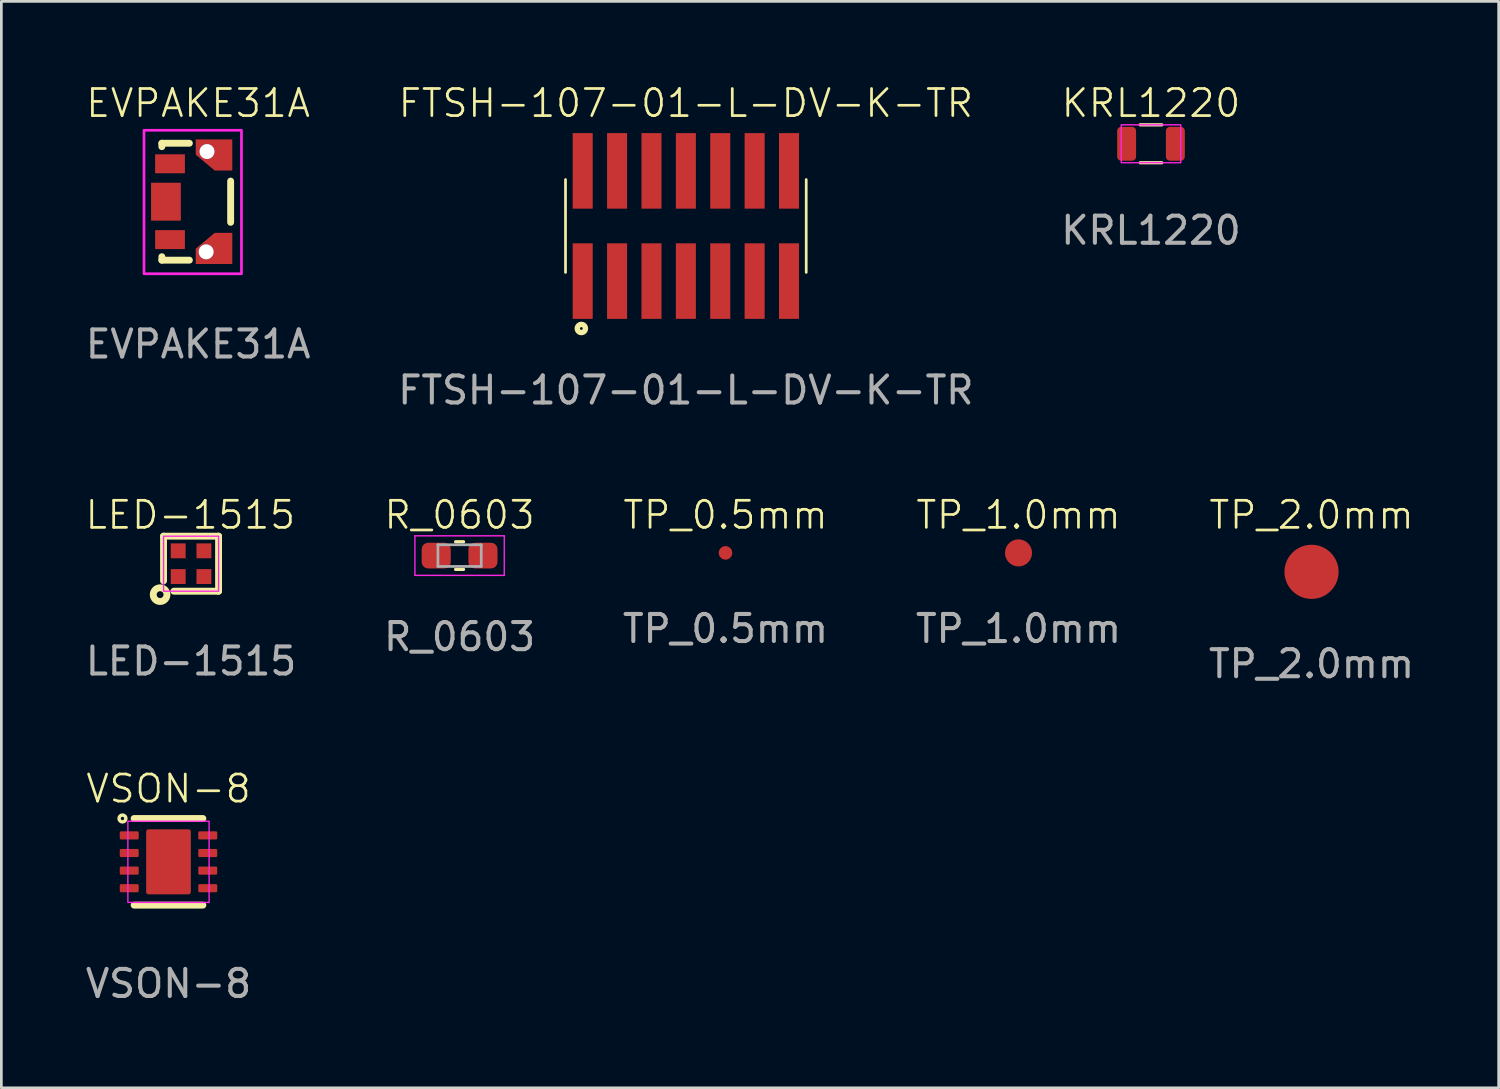
<source format=kicad_pcb>
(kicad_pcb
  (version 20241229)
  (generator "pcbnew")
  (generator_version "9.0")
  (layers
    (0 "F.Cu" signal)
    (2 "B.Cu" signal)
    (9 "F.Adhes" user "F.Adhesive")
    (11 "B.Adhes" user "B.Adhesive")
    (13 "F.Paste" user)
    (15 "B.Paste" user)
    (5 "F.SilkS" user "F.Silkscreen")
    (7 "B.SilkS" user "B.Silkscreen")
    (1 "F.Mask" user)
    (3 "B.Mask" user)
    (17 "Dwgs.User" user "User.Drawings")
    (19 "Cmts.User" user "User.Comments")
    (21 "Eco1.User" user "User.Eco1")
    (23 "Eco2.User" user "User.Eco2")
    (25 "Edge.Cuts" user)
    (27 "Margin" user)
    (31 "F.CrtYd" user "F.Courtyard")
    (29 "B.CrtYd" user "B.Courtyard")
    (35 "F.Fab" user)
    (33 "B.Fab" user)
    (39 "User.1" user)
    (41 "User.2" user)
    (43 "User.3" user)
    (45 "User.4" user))
  (footprint "EVPAKE31A"
    (layer "F.Cu")
    (at 4.268 4.361)
    (property "Reference" "EVPAKE31A" (at 0 -3.6 0) (unlocked yes) (layer "F.SilkS") (effects (font (size 1 1) (thickness 0.1))))
    (attr smd)
    (fp_line (start -1.34 2.07) (end -1.34 2.197) (stroke (width 0.254) (type solid)) (layer "F.SilkS"))
    (fp_line (start -1.34 -2.121) (end -1.34 -1.994) (stroke (width 0.254) (type solid)) (layer "F.SilkS"))
    (fp_line (start -0.324 2.197) (end -1.34 2.197) (stroke (width 0.254) (type solid)) (layer "F.SilkS"))
    (fp_line (start -0.324 -2.121) (end -1.34 -2.121) (stroke (width 0.254) (type solid)) (layer "F.SilkS"))
    (fp_line (start 1.2 -0.724) (end 1.2 0.8) (stroke (width 0.254) (type solid)) (layer "F.SilkS"))
    (fp_rect (start -2 -2.6) (end 1.6 2.7) (stroke (width 0.1) (type solid)) (fill no) (layer "F.CrtYd"))
    (fp_text user "${REFERENCE}" (at 0 5.3 0) (unlocked yes) (layer "F.Fab") (effects (font (size 1 1) (thickness 0.15))))
    (pad "1" smd rect (at -1.039 -1.362) (size 1.1 0.7) (layers "F.Cu" "F.Mask" "F.Paste"))
    (pad "2" smd rect (at -1.039 1.438) (size 1.1 0.7) (layers "F.Cu" "F.Mask" "F.Paste"))
    (pad "NC" smd rect (at -1.189 0.038) (size 1.1 1.4) (layers "F.Cu" "F.Mask" "F.Paste"))
    (pad "NC" thru_hole circle (at 0.295 1.89 180) (size 0.55 0.55) (drill 0.55) (layers "*.Cu" "*.Mask"))
    (pad "NC" smd circle (at 0.311 1.888) (size 0.025 0.025) (layers "F.Cu" "F.Mask" "F.Paste"))
    (pad "NC" smd circle (at 0.311 -1.812) (size 0.025 0.025) (layers "F.Cu" "F.Mask" "F.Paste"))
    (pad "NC" thru_hole circle (at 0.327 -1.814) (size 0.55 0.55) (drill 0.55) (layers "*.Cu" "*.Mask"))
    (pad "NC" smd custom (at 0.611 1.188 225) (size 0.000001 0.000001) (layers "F.Cu" "F.Mask" "F.Paste") (options (anchor circle)) (primitives (gr_poly (pts (xy 0 0) (xy 0.909 0.081) (xy 1.308 -0.318) (xy 0.354 -1.273) (xy -0.46 -0.46)) (width 0) (fill yes))))
    (pad "NC" smd custom (at 0.611 -1.112 225) (size 0.000001 0.000001) (layers "F.Cu" "F.Mask" "F.Paste") (options (anchor circle)) (primitives (gr_poly (pts (xy 0 0) (xy 0.081 0.909) (xy -0.318 1.308) (xy -1.273 0.354) (xy -0.46 -0.46)) (width 0) (fill yes)))))
  (footprint "TP_0.5mm"
    (layer "F.Cu")
    (at 23.744 17.369)
    (property "Reference" "TP_0.5mm" (at 0 -1.4 0) (unlocked yes) (layer "F.SilkS") (effects (font (size 1 1) (thickness 0.1))))
    (attr smd)
    (fp_text user "${REFERENCE}" (at 0 2.8 0) (unlocked yes) (layer "F.Fab") (effects (font (size 1 1) (thickness 0.15))))
    (pad "1" smd circle (at 0 0) (size 0.5 0.5) (layers "F.Cu" "F.Mask" "F.Paste")))
  (footprint "KRL1220"
    (layer "F.Cu")
    (at 39.458 2.26)
    (property "Reference" "KRL1220" (at 0 -1.5 0) (unlocked yes) (layer "F.SilkS") (effects (font (size 1 1) (thickness 0.1))))
    (attr smd)
    (fp_line (start -0.4 -0.7) (end 0.4 -0.7) (stroke (width 0.12) (type solid)) (layer "F.SilkS"))
    (fp_line (start -0.4 0.7) (end 0.4 0.7) (stroke (width 0.12) (type solid)) (layer "F.SilkS"))
    (fp_rect (start -1.1 -0.7) (end 1.1 0.7) (stroke (width 0.05) (type default)) (fill no) (layer "F.CrtYd"))
    (fp_text user "${REFERENCE}" (at 0 3.2 0) (unlocked yes) (layer "F.Fab") (effects (font (size 1 1) (thickness 0.15))))
    (pad "1" smd roundrect (at -0.9 0) (size 0.7 1.25) (layers "F.Cu" "F.Mask" "F.Paste") (roundrect_rratio 0.213))
    (pad "2" smd roundrect (at 0.9 0) (size 0.7 1.25) (layers "F.Cu" "F.Mask" "F.Paste") (roundrect_rratio 0.213)))
  (footprint "R_0603"
    (layer "F.Cu")
    (at 13.923 17.469)
    (property "Reference" "R_0603" (at 0 -1.5 0) (unlocked yes) (layer "F.SilkS") (effects (font (size 1 1) (thickness 0.1))))
    (attr smd)
    (fp_line (start -0.146 -0.51) (end 0.146 -0.51) (stroke (width 0.12) (type solid)) (layer "F.SilkS"))
    (fp_line (start -0.146 0.51) (end 0.146 0.51) (stroke (width 0.12) (type solid)) (layer "F.SilkS"))
    (fp_line (start -1.65 -0.73) (end 1.65 -0.73) (stroke (width 0.05) (type solid)) (layer "F.CrtYd"))
    (fp_line (start -1.65 0.73) (end -1.65 -0.73) (stroke (width 0.05) (type solid)) (layer "F.CrtYd"))
    (fp_line (start 1.65 -0.73) (end 1.65 0.73) (stroke (width 0.05) (type solid)) (layer "F.CrtYd"))
    (fp_line (start 1.65 0.73) (end -1.65 0.73) (stroke (width 0.05) (type solid)) (layer "F.CrtYd"))
    (fp_line (start -0.8 -0.4) (end 0.8 -0.4) (stroke (width 0.1) (type solid)) (layer "F.Fab"))
    (fp_line (start -0.8 0.4) (end -0.8 -0.4) (stroke (width 0.1) (type solid)) (layer "F.Fab"))
    (fp_line (start 0.8 -0.4) (end 0.8 0.4) (stroke (width 0.1) (type solid)) (layer "F.Fab"))
    (fp_line (start 0.8 0.4) (end -0.8 0.4) (stroke (width 0.1) (type solid)) (layer "F.Fab"))
    (fp_text user "${REFERENCE}" (at 0 3 0) (unlocked yes) (layer "F.Fab") (effects (font (size 1 1) (thickness 0.15))))
    (pad "1" smd roundrect (at -0.863 0) (size 1.075 0.95) (layers "F.Cu" "F.Mask" "F.Paste") (roundrect_rratio 0.25))
    (pad "2" smd roundrect (at 0.863 0) (size 1.075 0.95) (layers "F.Cu" "F.Mask" "F.Paste") (roundrect_rratio 0.25)))
  (footprint "TP_1.0mm"
    (layer "F.Cu")
    (at 34.565 17.369)
    (property "Reference" "TP_1.0mm" (at 0 -1.4 0) (unlocked yes) (layer "F.SilkS") (effects (font (size 1 1) (thickness 0.1))))
    (attr smd)
    (fp_text user "${REFERENCE}" (at 0 2.8 0) (unlocked yes) (layer "F.Fab") (effects (font (size 1 1) (thickness 0.15))))
    (pad "1" smd circle (at 0 0) (size 1 1) (layers "F.Cu" "F.Mask" "F.Paste")))
  (footprint "TP_2.0mm"
    (layer "F.Cu")
    (at 45.387 18.069)
    (property "Reference" "TP_2.0mm" (at 0 -2.1 0) (unlocked yes) (layer "F.SilkS") (effects (font (size 1 1) (thickness 0.1))))
    (attr smd)
    (fp_text user "${REFERENCE}" (at 0 3.4 0) (unlocked yes) (layer "F.Fab") (effects (font (size 1 1) (thickness 0.15))))
    (pad "1" smd circle (at 0 0) (size 2 2) (layers "F.Cu" "F.Mask" "F.Paste")))
  (footprint "VSON-8"
    (layer "F.Cu")
    (at 3.173 28.778)
    (property "Reference" "VSON-8" (at 0 -2.7 0) (unlocked yes) (layer "F.SilkS") (effects (font (size 1 1) (thickness 0.1))))
    (attr smd)
    (fp_line (start 1.27 -1.6) (end -1.27 -1.6) (stroke (width 0.254) (type solid)) (layer "F.SilkS"))
    (fp_line (start 1.27 1.6) (end -1.27 1.6) (stroke (width 0.254) (type solid)) (layer "F.SilkS"))
    (fp_circle (center -1.7 -1.6) (end -1.637 -1.6) (stroke (width 0.127) (type solid)) (fill no) (layer "F.SilkS"))
    (fp_rect (start -1.5 -1.5) (end 1.5 1.5) (stroke (width 0.05) (type solid)) (fill no) (layer "F.CrtYd"))
    (fp_text user "${REFERENCE}" (at 0 4.5 0) (unlocked yes) (layer "F.Fab") (effects (font (size 1 1) (thickness 0.15))))
    (pad "1" smd roundrect (at -1.45 -0.975) (size 0.7 0.3) (layers "F.Cu" "F.Mask" "F.Paste") (roundrect_rratio 0.15))
    (pad "2" smd roundrect (at -1.45 -0.325) (size 0.7 0.3) (layers "F.Cu" "F.Mask" "F.Paste") (roundrect_rratio 0.15))
    (pad "3" smd roundrect (at -1.45 0.325) (size 0.7 0.3) (layers "F.Cu" "F.Mask" "F.Paste") (roundrect_rratio 0.15))
    (pad "4" smd roundrect (at -1.45 0.975) (size 0.7 0.3) (layers "F.Cu" "F.Mask" "F.Paste") (roundrect_rratio 0.15))
    (pad "5" smd roundrect (at 1.45 0.975) (size 0.7 0.3) (layers "F.Cu" "F.Mask" "F.Paste") (roundrect_rratio 0.15))
    (pad "6" smd roundrect (at 1.45 0.325) (size 0.7 0.3) (layers "F.Cu" "F.Mask" "F.Paste") (roundrect_rratio 0.15))
    (pad "7" smd roundrect (at 1.45 -0.325) (size 0.7 0.3) (layers "F.Cu" "F.Mask" "F.Paste") (roundrect_rratio 0.15))
    (pad "8" smd roundrect (at 1.45 -0.975) (size 0.7 0.3) (layers "F.Cu" "F.Mask" "F.Paste") (roundrect_rratio 0.15))
    (pad "PAD" smd roundrect (at 0 0) (size 1.65 2.4) (layers "F.Cu" "F.Mask" "F.Paste") (roundrect_rratio 0.05)))
  (footprint "FTSH-107-01-L-DV-K-TR"
    (layer "F.Cu")
    (at 22.28 5.361)
    (property "Reference" "FTSH-107-01-L-DV-K-TR" (at 0 -4.6 0) (unlocked yes) (layer "F.SilkS") (effects (font (size 1 1) (thickness 0.1))))
    (attr smd)
    (fp_line (start -4.445 1.65) (end -4.445 -1.78) (stroke (width 0.1) (type solid)) (layer "F.SilkS"))
    (fp_line (start 4.445 1.65) (end 4.445 -1.78) (stroke (width 0.1) (type solid)) (layer "F.SilkS"))
    (fp_circle (center -3.86 3.72) (end -3.86 3.67) (stroke (width 0.2) (type solid)) (fill no) (layer "F.SilkS"))
    (fp_text user "${REFERENCE}" (at 0 6 0) (unlocked yes) (layer "F.Fab") (effects (font (size 1 1) (thickness 0.15))))
    (pad "1" smd rect (at -3.81 1.97 90) (size 2.79 0.74) (layers "F.Cu" "F.Mask" "F.Paste"))
    (pad "2" smd rect (at -3.81 -2.1 90) (size 2.79 0.74) (layers "F.Cu" "F.Mask" "F.Paste"))
    (pad "3" smd rect (at -2.54 1.97 90) (size 2.79 0.74) (layers "F.Cu" "F.Mask" "F.Paste"))
    (pad "4" smd rect (at -2.54 -2.1 90) (size 2.79 0.74) (layers "F.Cu" "F.Mask" "F.Paste"))
    (pad "5" smd rect (at -1.27 1.97 90) (size 2.79 0.74) (layers "F.Cu" "F.Mask" "F.Paste"))
    (pad "6" smd rect (at -1.27 -2.1 90) (size 2.79 0.74) (layers "F.Cu" "F.Mask" "F.Paste"))
    (pad "7" smd rect (at 0 1.97 90) (size 2.79 0.74) (layers "F.Cu" "F.Mask" "F.Paste"))
    (pad "8" smd rect (at 0 -2.1 90) (size 2.79 0.74) (layers "F.Cu" "F.Mask" "F.Paste"))
    (pad "9" smd rect (at 1.27 1.97 90) (size 2.79 0.74) (layers "F.Cu" "F.Mask" "F.Paste"))
    (pad "10" smd rect (at 1.27 -2.1 90) (size 2.79 0.74) (layers "F.Cu" "F.Mask" "F.Paste"))
    (pad "11" smd rect (at 2.54 1.97 90) (size 2.79 0.74) (layers "F.Cu" "F.Mask" "F.Paste"))
    (pad "12" smd rect (at 2.54 -2.1 90) (size 2.79 0.74) (layers "F.Cu" "F.Mask" "F.Paste"))
    (pad "13" smd rect (at 3.81 1.97 90) (size 2.79 0.74) (layers "F.Cu" "F.Mask" "F.Paste"))
    (pad "14" smd rect (at 3.81 -2.1 90) (size 2.79 0.74) (layers "F.Cu" "F.Mask" "F.Paste")))
  (footprint "LED-1515"
    (layer "F.Cu")
    (at 4.006 17.769)
    (property "Reference" "LED-1515" (at -0.025 -1.8 0) (unlocked yes) (layer "F.SilkS") (effects (font (size 1 1) (thickness 0.1))))
    (attr smd)
    (fp_line (start -1.016 -1.017) (end -1.016 0.634) (stroke (width 0.254) (type solid)) (layer "F.SilkS"))
    (fp_line (start -1.016 -1.017) (end 1.016 -1.017) (stroke (width 0.254) (type solid)) (layer "F.SilkS"))
    (fp_line (start -0.635 1.015) (end 1.016 1.015) (stroke (width 0.254) (type solid)) (layer "F.SilkS"))
    (fp_line (start 1.016 -1.017) (end 1.016 1.015) (stroke (width 0.254) (type solid)) (layer "F.SilkS"))
    (fp_circle (center -1.143 1.142) (end -1.05 1.056) (stroke (width 0.254) (type solid)) (fill no) (layer "F.SilkS"))
    (fp_rect (start -1.016 -1.017) (end 1.016 1.015) (stroke (width 0.05) (type solid)) (fill no) (layer "F.CrtYd"))
    (fp_text user "${REFERENCE}" (at 0 3.6 0) (unlocked yes) (layer "F.Fab") (effects (font (size 1 1) (thickness 0.15))))
    (pad "1" smd rect (at -0.475 0.474) (size 0.55 0.55) (layers "F.Cu" "F.Mask" "F.Paste"))
    (pad "2" smd rect (at 0.475 0.474) (size 0.55 0.55) (layers "F.Cu" "F.Mask" "F.Paste"))
    (pad "3" smd rect (at 0.475 -0.476) (size 0.55 0.55) (layers "F.Cu" "F.Mask" "F.Paste"))
    (pad "4" smd rect (at -0.475 -0.476) (size 0.55 0.55) (layers "F.Cu" "F.Mask" "F.Paste")))
  (gr_rect
    (start -3 -3)
    (end 52.298 37.126)
    (stroke (width 0.1) (type default))
    (fill no)
    (layer "Edge.Cuts")))
</source>
